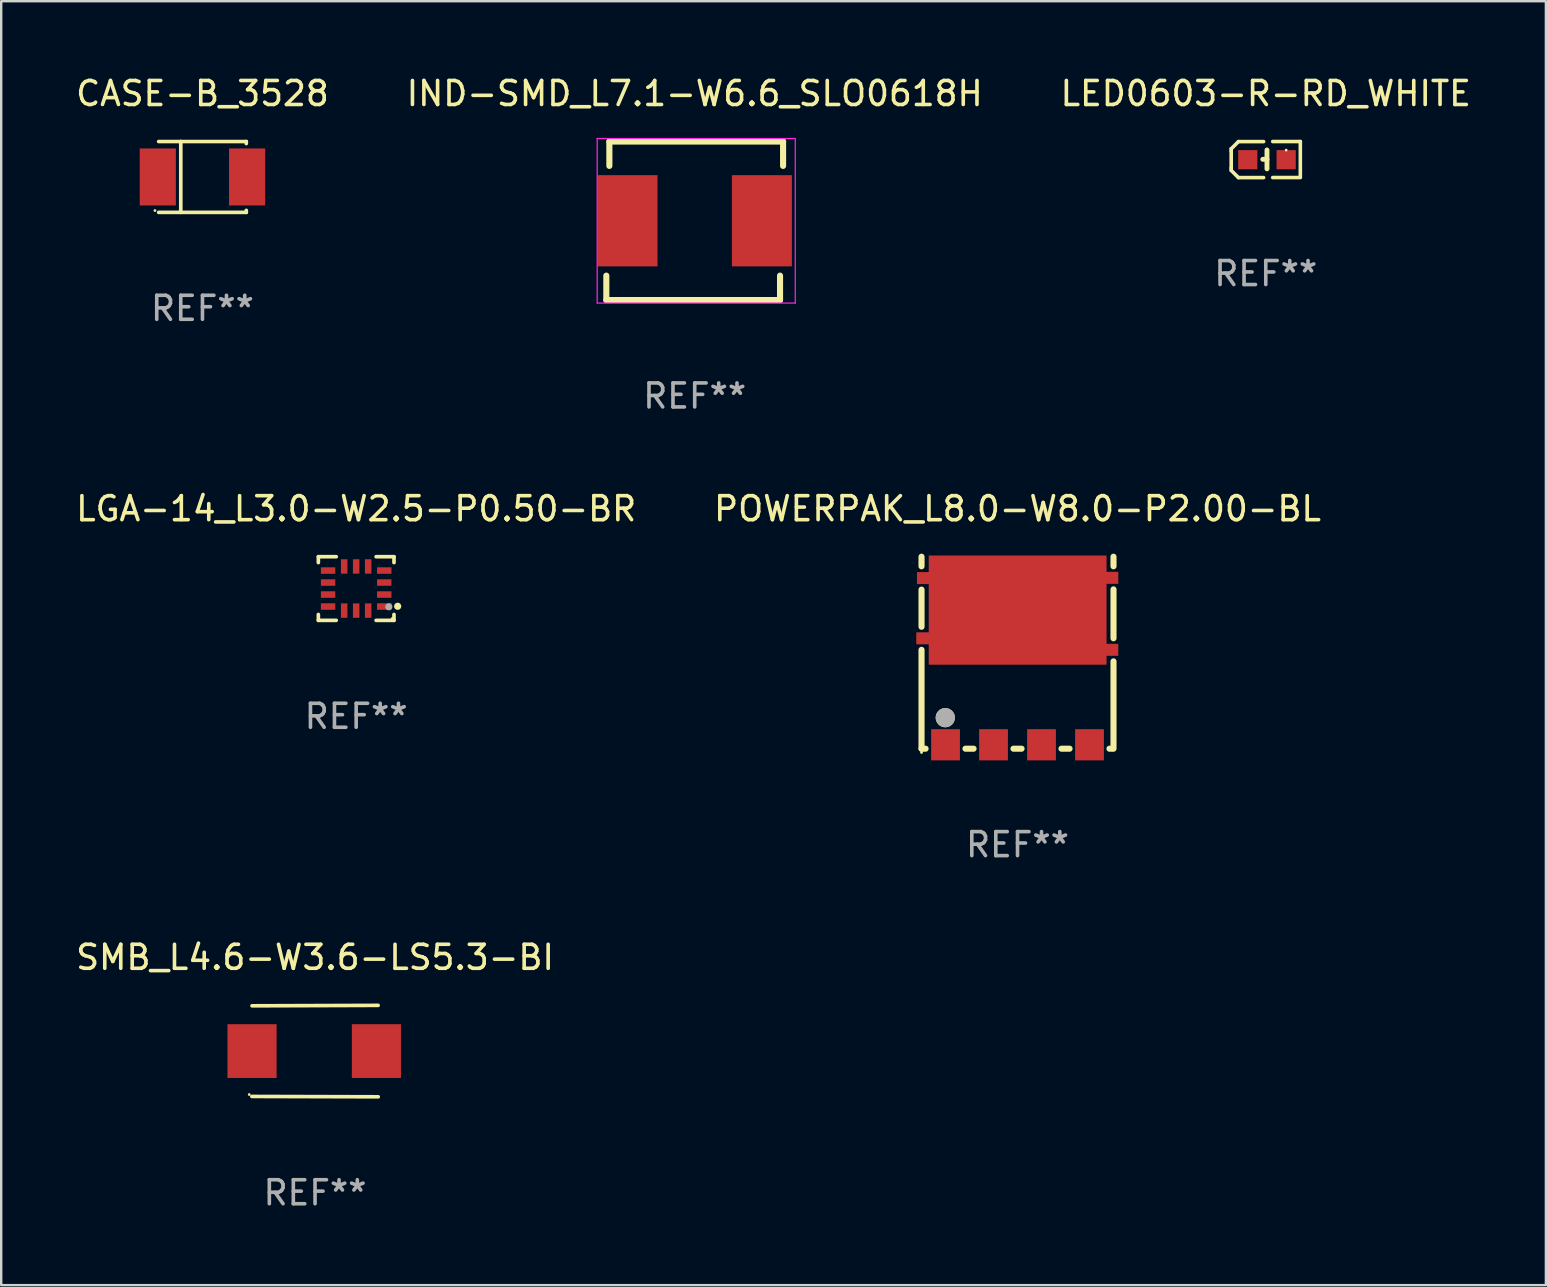
<source format=kicad_pcb>
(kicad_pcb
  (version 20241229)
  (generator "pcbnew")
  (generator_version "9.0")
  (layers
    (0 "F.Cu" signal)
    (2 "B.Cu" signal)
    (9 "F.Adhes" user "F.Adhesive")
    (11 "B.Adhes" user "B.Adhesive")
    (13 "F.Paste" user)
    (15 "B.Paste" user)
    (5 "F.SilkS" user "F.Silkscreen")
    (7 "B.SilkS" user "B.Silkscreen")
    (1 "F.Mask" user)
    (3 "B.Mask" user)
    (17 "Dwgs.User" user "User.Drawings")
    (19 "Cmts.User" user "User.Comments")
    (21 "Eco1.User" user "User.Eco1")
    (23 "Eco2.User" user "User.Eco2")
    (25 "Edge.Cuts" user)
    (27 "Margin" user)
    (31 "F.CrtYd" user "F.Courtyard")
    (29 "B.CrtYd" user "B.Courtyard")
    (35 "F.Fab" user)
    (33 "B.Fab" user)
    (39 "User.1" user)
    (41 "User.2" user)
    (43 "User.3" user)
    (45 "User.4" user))
  (footprint "LGA-14_L3.0-W2.5-P0.50-BR"
    (layer "F.Cu")
    (at 11.792 21.475)
    (property "Reference" "LGA-14_L3.0-W2.5-P0.50-BR" (at -0.000025 -3.326 0) (layer "F.SilkS") (effects (font (size 1 1) (thickness 0.15))))
    (attr smd)
    (fp_line (start -1.576 -1.326) (end -1.576 -1.081) (stroke (width 0.152) (type solid)) (layer "F.SilkS"))
    (fp_line (start -1.576 1.326) (end -1.576 1.08) (stroke (width 0.152) (type solid)) (layer "F.SilkS"))
    (fp_line (start -0.831 -1.326) (end -1.576 -1.326) (stroke (width 0.152) (type solid)) (layer "F.SilkS"))
    (fp_line (start -0.831 1.326) (end -1.576 1.326) (stroke (width 0.152) (type solid)) (layer "F.SilkS"))
    (fp_line (start 0.831 -1.326) (end 1.576 -1.326) (stroke (width 0.152) (type solid)) (layer "F.SilkS"))
    (fp_line (start 0.831 1.326) (end 1.576 1.326) (stroke (width 0.152) (type solid)) (layer "F.SilkS"))
    (fp_line (start 1.576 -1.326) (end 1.576 -1.081) (stroke (width 0.152) (type solid)) (layer "F.SilkS"))
    (fp_line (start 1.576 1.326) (end 1.576 1.08) (stroke (width 0.152) (type solid)) (layer "F.SilkS"))
    (fp_circle (center 1.5 1.25) (end 1.53 1.25) (stroke (width 0.06) (type solid)) (fill no) (layer "F.SilkS"))
    (fp_circle (center 1.73 0.74) (end 1.805 0.74) (stroke (width 0.15) (type solid)) (fill no) (layer "F.SilkS"))
    (fp_circle (center 1.36 0.76) (end 1.435 0.76) (stroke (width 0.15) (type solid)) (fill no) (layer "F.Fab"))
    (fp_text user "REF**" (at -0.000025 5.326 0) (layer "F.Fab") (effects (font (size 1 1) (thickness 0.15))))
    (pad "1" smd rect (at 1.17 0.75) (size 0.6 0.27) (layers "F.Cu" "F.Mask" "F.Paste"))
    (pad "2" smd rect (at 1.17 0.25) (size 0.6 0.27) (layers "F.Cu" "F.Mask" "F.Paste"))
    (pad "3" smd rect (at 1.17 -0.25) (size 0.6 0.27) (layers "F.Cu" "F.Mask" "F.Paste"))
    (pad "4" smd rect (at 1.17 -0.75) (size 0.6 0.27) (layers "F.Cu" "F.Mask" "F.Paste"))
    (pad "5" smd rect (at 0.5 -0.92) (size 0.27 0.6) (layers "F.Cu" "F.Mask" "F.Paste"))
    (pad "6" smd rect (at -0.000102 -0.92) (size 0.27 0.6) (layers "F.Cu" "F.Mask" "F.Paste"))
    (pad "7" smd rect (at -0.5 -0.92) (size 0.27 0.6) (layers "F.Cu" "F.Mask" "F.Paste"))
    (pad "8" smd rect (at -1.17 -0.75) (size 0.6 0.27) (layers "F.Cu" "F.Mask" "F.Paste"))
    (pad "9" smd rect (at -1.17 -0.25) (size 0.6 0.27) (layers "F.Cu" "F.Mask" "F.Paste"))
    (pad "10" smd rect (at -1.17 0.25) (size 0.6 0.27) (layers "F.Cu" "F.Mask" "F.Paste"))
    (pad "11" smd rect (at -1.17 0.75) (size 0.6 0.27) (layers "F.Cu" "F.Mask" "F.Paste"))
    (pad "12" smd rect (at -0.5 0.92) (size 0.27 0.6) (layers "F.Cu" "F.Mask" "F.Paste"))
    (pad "13" smd rect (at -0.000102 0.92) (size 0.27 0.6) (layers "F.Cu" "F.Mask" "F.Paste"))
    (pad "14" smd rect (at 0.5 0.92) (size 0.27 0.6) (layers "F.Cu" "F.Mask" "F.Paste")))
  (footprint "SMB_L4.6-W3.6-LS5.3-BI"
    (layer "F.Cu")
    (at 10.044 40.75)
    (property "Reference" "SMB_L4.6-W3.6-LS5.3-BI" (at 0.034 -3.905 0) (layer "F.SilkS") (effects (font (size 1 1) (thickness 0.15))))
    (attr smd)
    (fp_line (start 2.663 -1.905) (end -2.591 -1.887) (stroke (width 0.152) (type solid)) (layer "F.SilkS"))
    (fp_line (start 2.667 1.905) (end -2.599 1.89) (stroke (width 0.152) (type solid)) (layer "F.SilkS"))
    (fp_circle (center -2.708 1.81) (end -2.678 1.81) (stroke (width 0.06) (type solid)) (fill no) (layer "F.SilkS"))
    (fp_text user "REF**" (at 0.034 5.905 0) (layer "F.Fab") (effects (font (size 1 1) (thickness 0.15))))
    (pad "1" smd rect (at -2.591 0) (size 2.047 2.241) (layers "F.Cu" "F.Mask" "F.Paste"))
    (pad "2" smd rect (at 2.591 0) (size 2.047 2.241) (layers "F.Cu" "F.Mask" "F.Paste")))
  (footprint "CASE-B_3528"
    (layer "F.Cu")
    (at 5.387 4.324)
    (property "Reference" "CASE-B_3528" (at 0 -3.476 0) (layer "F.SilkS") (effects (font (size 1 1) (thickness 0.15))))
    (attr smd)
    (fp_line (start -0.904 1.476) (end -0.904 -1.476) (stroke (width 0.152) (type solid)) (layer "F.SilkS"))
    (fp_line (start 1.826 -1.476) (end -1.826 -1.476) (stroke (width 0.152) (type solid)) (layer "F.SilkS"))
    (fp_line (start 1.826 -1.476) (end 1.826 -1.391) (stroke (width 0.152) (type solid)) (layer "F.SilkS"))
    (fp_line (start 1.826 1.476) (end -1.826 1.476) (stroke (width 0.152) (type solid)) (layer "F.SilkS"))
    (fp_line (start 1.826 1.476) (end 1.826 1.391) (stroke (width 0.152) (type solid)) (layer "F.SilkS"))
    (fp_circle (center -1.98 1.4) (end -1.95 1.4) (stroke (width 0.06) (type solid)) (fill no) (layer "F.SilkS"))
    (fp_text user "REF**" (at 0 5.476 0) (layer "F.Fab") (effects (font (size 1 1) (thickness 0.15))))
    (pad "1" smd rect (at -1.861 0 180) (size 1.506 2.376) (layers "F.Cu" "F.Mask" "F.Paste"))
    (pad "2" smd rect (at 1.861 0 180) (size 1.506 2.376) (layers "F.Cu" "F.Mask" "F.Paste")))
  (footprint "POWERPAK_L8.0-W8.0-P2.00-BL"
    (layer "F.Cu")
    (at 39.351 25.18)
    (property "Reference" "POWERPAK_L8.0-W8.0-P2.00-BL" (at 0 -7.031 0) (layer "F.SilkS") (effects (font (size 1 1) (thickness 0.15))))
    (attr smd)
    (fp_line (start -4 -5.031) (end -4 -4.632) (stroke (width 0.254) (type solid)) (layer "F.SilkS"))
    (fp_line (start -4 -2.112) (end -4 -3.66) (stroke (width 0.254) (type solid)) (layer "F.SilkS"))
    (fp_line (start -4 2.969) (end -4 -1.15) (stroke (width 0.254) (type solid)) (layer "F.SilkS"))
    (fp_line (start -4 2.969) (end -3.831 2.969) (stroke (width 0.254) (type solid)) (layer "F.SilkS"))
    (fp_line (start -2.169 2.969) (end -1.831 2.969) (stroke (width 0.254) (type solid)) (layer "F.SilkS"))
    (fp_line (start -0.169 2.969) (end 0.169 2.969) (stroke (width 0.254) (type solid)) (layer "F.SilkS"))
    (fp_line (start 1.831 2.969) (end 2.169 2.969) (stroke (width 0.254) (type solid)) (layer "F.SilkS"))
    (fp_line (start 3.831 2.969) (end 3.92 2.969) (stroke (width 0.254) (type solid)) (layer "F.SilkS"))
    (fp_line (start 4 -5.031) (end 4 -4.632) (stroke (width 0.254) (type solid)) (layer "F.SilkS"))
    (fp_line (start 4 -3.67) (end 4 -1.632) (stroke (width 0.254) (type solid)) (layer "F.SilkS"))
    (fp_line (start 4 -0.67) (end 4 2.969) (stroke (width 0.254) (type solid)) (layer "F.SilkS"))
    (fp_circle (center -4 3.127) (end -3.97 3.127) (stroke (width 0.06) (type solid)) (fill no) (layer "F.SilkS"))
    (fp_circle (center -3.01 1.676) (end -2.81 1.676) (stroke (width 0.4) (type solid)) (fill no) (layer "F.SilkS"))
    (fp_circle (center -3.01 1.676) (end -2.81 1.676) (stroke (width 0.4) (type solid)) (fill no) (layer "F.Fab"))
    (fp_text user "REF**" (at 0 6.969 0) (layer "F.Fab") (effects (font (size 1 1) (thickness 0.15))))
    (pad "1" smd rect (at -3 2.806) (size 1.2 1.3) (layers "F.Cu" "F.Mask" "F.Paste"))
    (pad "2" smd rect (at -1 2.806) (size 1.2 1.3) (layers "F.Cu" "F.Mask" "F.Paste"))
    (pad "3" smd rect (at 1 2.806) (size 1.2 1.3) (layers "F.Cu" "F.Mask" "F.Paste"))
    (pad "4" smd rect (at 3 2.806) (size 1.2 1.3) (layers "F.Cu" "F.Mask" "F.Paste"))
    (pad "5" smd custom (at -0.01 -2.806) (size 0.1 0.1) (layers "F.Cu" "F.Mask" "F.Paste") (options (anchor circle)) (primitives (gr_poly (pts (xy -3.69 -2.275) (xy 3.72 -2.275) (xy 3.72 -1.595) (xy 4.21 -1.595) (xy 4.21 -1.095) (xy 3.72 -1.095) (xy 3.72 1.405) (xy 4.21 1.405) (xy 4.21 1.905) (xy 3.72 1.905) (xy 3.72 2.275) (xy -3.69 2.275) (xy -3.69 1.425) (xy -4.21 1.425) (xy -4.21 0.925) (xy -3.69 0.925) (xy -3.69 -1.085) (xy -4.18 -1.085) (xy -4.18 -1.585) (xy -3.69 -1.585) (xy -3.69 -2.275)) (width 0) (fill yes)))))
  (footprint "LED0603-R-RD_WHITE"
    (layer "F.Cu")
    (at 49.746 3.605)
    (property "Reference" "LED0603-R-RD_WHITE" (at -0.05 -2.757 0) (layer "F.SilkS") (effects (font (size 1 1) (thickness 0.15))))
    (attr smd)
    (fp_line (start -1.49 -0.454) (end -1.19 -0.754) (stroke (width 0.15) (type solid)) (layer "F.SilkS"))
    (fp_line (start -1.49 -0.354) (end -1.49 -0.454) (stroke (width 0.15) (type solid)) (layer "F.SilkS"))
    (fp_line (start -1.49 -0.354) (end -1.49 0.346) (stroke (width 0.15) (type solid)) (layer "F.SilkS"))
    (fp_line (start -1.49 0.346) (end -1.49 0.446) (stroke (width 0.15) (type solid)) (layer "F.SilkS"))
    (fp_line (start -1.49 0.446) (end -1.19 0.746) (stroke (width 0.15) (type solid)) (layer "F.SilkS"))
    (fp_line (start -0.14 -0.754) (end -1.19 -0.754) (stroke (width 0.15) (type solid)) (layer "F.SilkS"))
    (fp_line (start -0.14 0.746) (end -1.19 0.746) (stroke (width 0.15) (type solid)) (layer "F.SilkS"))
    (fp_line (start 0 -0.017) (end -0.175 -0.017) (stroke (width 0.203) (type solid)) (layer "F.SilkS"))
    (fp_line (start 0 0.381) (end 0 -0.406) (stroke (width 0.203) (type solid)) (layer "F.SilkS"))
    (fp_line (start 0.24 -0.757) (end 1.39 -0.757) (stroke (width 0.15) (type solid)) (layer "F.SilkS"))
    (fp_line (start 0.24 0.744) (end 1.39 0.744) (stroke (width 0.15) (type solid)) (layer "F.SilkS"))
    (fp_line (start 1.39 -0.756) (end 1.39 0.723) (stroke (width 0.15) (type solid)) (layer "F.SilkS"))
    (fp_circle (center 0.8 -0.4) (end 0.83 -0.4) (stroke (width 0.06) (type solid)) (fill no) (layer "F.SilkS"))
    (fp_text user "REF**" (at -0.05 4.746 0) (layer "F.Fab") (effects (font (size 1 1) (thickness 0.15))))
    (pad "1" smd rect (at 0.8 0 90) (size 0.8 0.8) (layers "F.Cu" "F.Mask" "F.Paste"))
    (pad "2" smd rect (at -0.8 0 90) (size 0.8 0.8) (layers "F.Cu" "F.Mask" "F.Paste")))
  (footprint "IND-SMD_L7.1-W6.6_SLO0618H"
    (layer "F.Cu")
    (at 25.899 6.15)
    (property "Reference" "IND-SMD_L7.1-W6.6_SLO0618H" (at 0 -5.302 0) (layer "F.SilkS") (effects (font (size 1 1) (thickness 0.15))))
    (attr smd)
    (fp_line (start -3.683 3.302) (end -3.683 2.286) (stroke (width 0.254) (type solid)) (layer "F.SilkS"))
    (fp_line (start -3.556 -2.286) (end -3.556 -3.302) (stroke (width 0.254) (type solid)) (layer "F.SilkS"))
    (fp_line (start -3.556 -3.302) (end 3.683 -3.302) (stroke (width 0.254) (type solid)) (layer "F.SilkS"))
    (fp_line (start 3.556 2.286) (end 3.556 3.302) (stroke (width 0.254) (type solid)) (layer "F.SilkS"))
    (fp_line (start 3.556 3.302) (end -3.683 3.302) (stroke (width 0.254) (type solid)) (layer "F.SilkS"))
    (fp_line (start 3.683 -3.302) (end 3.683 -2.286) (stroke (width 0.254) (type solid)) (layer "F.SilkS"))
    (fp_circle (center -3.55 3.3) (end -3.52 3.3) (stroke (width 0.06) (type solid)) (fill no) (layer "F.SilkS"))
    (fp_line (start -4.064 -3.429) (end 4.191 -3.429) (stroke (width 0.05) (type default)) (layer "F.CrtYd"))
    (fp_line (start -4.064 3.429) (end -4.064 -3.429) (stroke (width 0.05) (type default)) (layer "F.CrtYd"))
    (fp_line (start 4.191 -3.429) (end 4.191 3.429) (stroke (width 0.05) (type default)) (layer "F.CrtYd"))
    (fp_line (start 4.191 3.429) (end -4.064 3.429) (stroke (width 0.05) (type default)) (layer "F.CrtYd"))
    (fp_text user "REF**" (at 0 7.302 0) (layer "F.Fab") (effects (font (size 1 1) (thickness 0.15))))
    (pad "1" smd rect (at -2.8 0) (size 2.5 3.8) (layers "F.Cu" "F.Mask" "F.Paste"))
    (pad "2" smd rect (at 2.8 0) (size 2.5 3.8) (layers "F.Cu" "F.Mask" "F.Paste")))
  (gr_rect
    (start -3 -3)
    (end 61.369 50.504)
    (stroke (width 0.1) (type default))
    (fill no)
    (layer "Edge.Cuts")))
</source>
